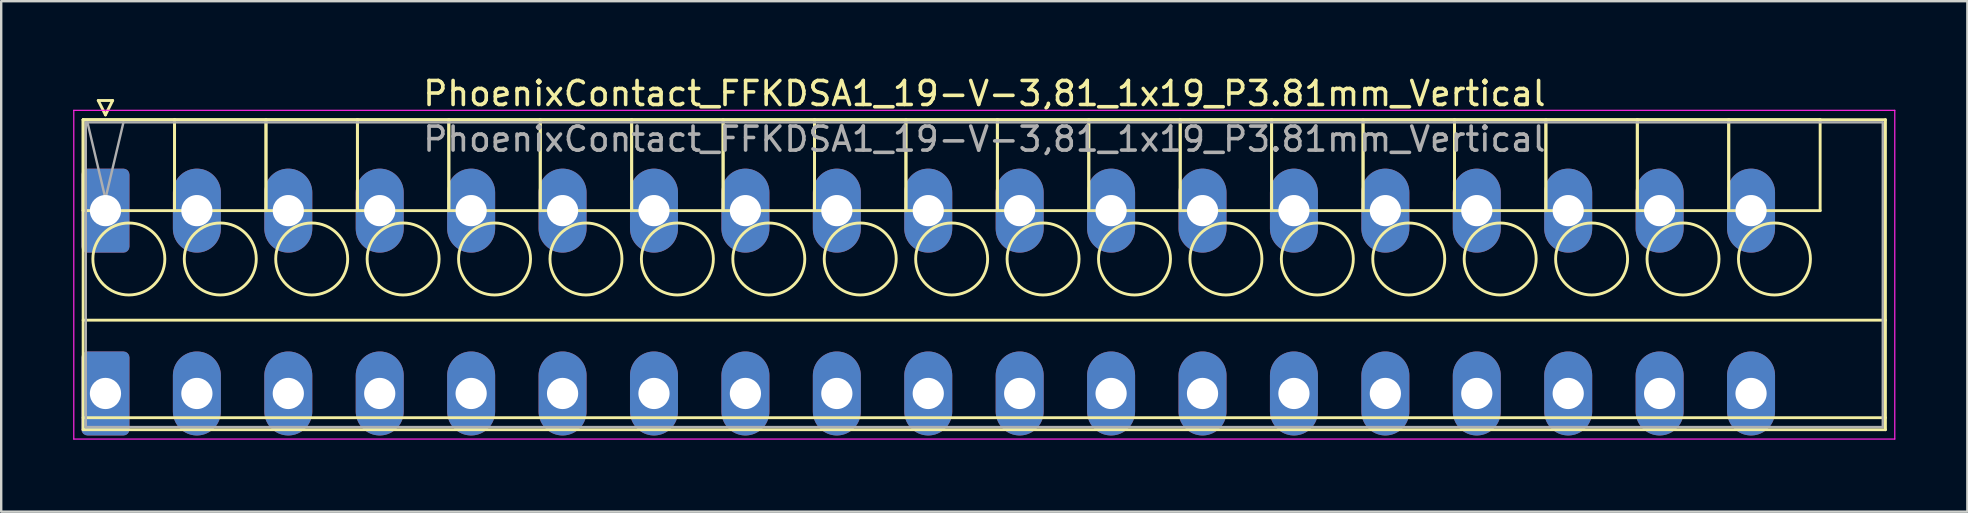
<source format=kicad_pcb>
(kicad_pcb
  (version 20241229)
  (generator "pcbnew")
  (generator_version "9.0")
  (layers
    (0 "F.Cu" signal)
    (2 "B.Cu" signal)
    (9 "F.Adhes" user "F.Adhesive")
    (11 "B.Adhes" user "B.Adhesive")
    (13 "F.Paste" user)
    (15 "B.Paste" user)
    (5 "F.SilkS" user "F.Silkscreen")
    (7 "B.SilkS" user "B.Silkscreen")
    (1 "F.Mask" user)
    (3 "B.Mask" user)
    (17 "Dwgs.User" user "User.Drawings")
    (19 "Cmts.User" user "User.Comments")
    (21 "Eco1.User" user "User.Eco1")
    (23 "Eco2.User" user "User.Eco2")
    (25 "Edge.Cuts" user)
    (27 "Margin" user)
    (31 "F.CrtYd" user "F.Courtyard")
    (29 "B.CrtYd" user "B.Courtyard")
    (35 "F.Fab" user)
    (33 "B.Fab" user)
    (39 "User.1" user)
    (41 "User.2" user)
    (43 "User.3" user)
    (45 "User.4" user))
  (footprint "PhoenixContact_FFKDSA1_19-V-3,81_1x19_P3.81mm_Vertical"
    (layer "F.Cu")
    (at 1.345 5.728)
    (property "Reference" "PhoenixContact_FFKDSA1_19-V-3,81_1x19_P3.81mm_Vertical" (at 36.63 -4.88 0) (layer "F.SilkS") (effects (font (size 1 1) (thickness 0.15))))
    (attr through_hole)
    (fp_line (start -0.93 -3.79) (end -0.93 0) (stroke (width 0.12) (type solid)) (layer "F.SilkS"))
    (fp_line (start -0.93 -3.79) (end -0.93 9.13) (stroke (width 0.12) (type solid)) (layer "F.SilkS"))
    (fp_line (start -0.93 0) (end 2.88 0) (stroke (width 0.12) (type solid)) (layer "F.SilkS"))
    (fp_line (start -0.93 4.565) (end 74.18 4.565) (stroke (width 0.12) (type solid)) (layer "F.SilkS"))
    (fp_line (start -0.93 8.63) (end 74.18 8.63) (stroke (width 0.12) (type solid)) (layer "F.SilkS"))
    (fp_line (start -0.93 9.13) (end 74.18 9.13) (stroke (width 0.12) (type solid)) (layer "F.SilkS"))
    (fp_line (start -0.3 -4.59) (end 0.3 -4.59) (stroke (width 0.12) (type solid)) (layer "F.SilkS"))
    (fp_line (start 0 -3.99) (end -0.3 -4.59) (stroke (width 0.12) (type solid)) (layer "F.SilkS"))
    (fp_line (start 0.3 -4.59) (end 0 -3.99) (stroke (width 0.12) (type solid)) (layer "F.SilkS"))
    (fp_line (start 2.88 -3.79) (end -0.93 -3.79) (stroke (width 0.12) (type solid)) (layer "F.SilkS"))
    (fp_line (start 2.88 -3.79) (end 2.88 0) (stroke (width 0.12) (type solid)) (layer "F.SilkS"))
    (fp_line (start 2.88 0) (end 2.88 -3.79) (stroke (width 0.12) (type solid)) (layer "F.SilkS"))
    (fp_line (start 2.88 0) (end 6.69 0) (stroke (width 0.12) (type solid)) (layer "F.SilkS"))
    (fp_line (start 6.69 -3.79) (end 2.88 -3.79) (stroke (width 0.12) (type solid)) (layer "F.SilkS"))
    (fp_line (start 6.69 -3.79) (end 6.69 0) (stroke (width 0.12) (type solid)) (layer "F.SilkS"))
    (fp_line (start 6.69 0) (end 6.69 -3.79) (stroke (width 0.12) (type solid)) (layer "F.SilkS"))
    (fp_line (start 6.69 0) (end 10.5 0) (stroke (width 0.12) (type solid)) (layer "F.SilkS"))
    (fp_line (start 10.5 -3.79) (end 6.69 -3.79) (stroke (width 0.12) (type solid)) (layer "F.SilkS"))
    (fp_line (start 10.5 -3.79) (end 10.5 0) (stroke (width 0.12) (type solid)) (layer "F.SilkS"))
    (fp_line (start 10.5 0) (end 10.5 -3.79) (stroke (width 0.12) (type solid)) (layer "F.SilkS"))
    (fp_line (start 10.5 0) (end 14.31 0) (stroke (width 0.12) (type solid)) (layer "F.SilkS"))
    (fp_line (start 14.31 -3.79) (end 10.5 -3.79) (stroke (width 0.12) (type solid)) (layer "F.SilkS"))
    (fp_line (start 14.31 -3.79) (end 14.31 0) (stroke (width 0.12) (type solid)) (layer "F.SilkS"))
    (fp_line (start 14.31 0) (end 14.31 -3.79) (stroke (width 0.12) (type solid)) (layer "F.SilkS"))
    (fp_line (start 14.31 0) (end 18.12 0) (stroke (width 0.12) (type solid)) (layer "F.SilkS"))
    (fp_line (start 18.12 -3.79) (end 14.31 -3.79) (stroke (width 0.12) (type solid)) (layer "F.SilkS"))
    (fp_line (start 18.12 -3.79) (end 18.12 0) (stroke (width 0.12) (type solid)) (layer "F.SilkS"))
    (fp_line (start 18.12 0) (end 18.12 -3.79) (stroke (width 0.12) (type solid)) (layer "F.SilkS"))
    (fp_line (start 18.12 0) (end 21.93 0) (stroke (width 0.12) (type solid)) (layer "F.SilkS"))
    (fp_line (start 21.93 -3.79) (end 18.12 -3.79) (stroke (width 0.12) (type solid)) (layer "F.SilkS"))
    (fp_line (start 21.93 -3.79) (end 21.93 0) (stroke (width 0.12) (type solid)) (layer "F.SilkS"))
    (fp_line (start 21.93 0) (end 21.93 -3.79) (stroke (width 0.12) (type solid)) (layer "F.SilkS"))
    (fp_line (start 21.93 0) (end 25.74 0) (stroke (width 0.12) (type solid)) (layer "F.SilkS"))
    (fp_line (start 25.74 -3.79) (end 21.93 -3.79) (stroke (width 0.12) (type solid)) (layer "F.SilkS"))
    (fp_line (start 25.74 -3.79) (end 25.74 0) (stroke (width 0.12) (type solid)) (layer "F.SilkS"))
    (fp_line (start 25.74 0) (end 25.74 -3.79) (stroke (width 0.12) (type solid)) (layer "F.SilkS"))
    (fp_line (start 25.74 0) (end 29.55 0) (stroke (width 0.12) (type solid)) (layer "F.SilkS"))
    (fp_line (start 29.55 -3.79) (end 25.74 -3.79) (stroke (width 0.12) (type solid)) (layer "F.SilkS"))
    (fp_line (start 29.55 -3.79) (end 29.55 0) (stroke (width 0.12) (type solid)) (layer "F.SilkS"))
    (fp_line (start 29.55 0) (end 29.55 -3.79) (stroke (width 0.12) (type solid)) (layer "F.SilkS"))
    (fp_line (start 29.55 0) (end 33.36 0) (stroke (width 0.12) (type solid)) (layer "F.SilkS"))
    (fp_line (start 33.36 -3.79) (end 29.55 -3.79) (stroke (width 0.12) (type solid)) (layer "F.SilkS"))
    (fp_line (start 33.36 -3.79) (end 33.36 0) (stroke (width 0.12) (type solid)) (layer "F.SilkS"))
    (fp_line (start 33.36 0) (end 33.36 -3.79) (stroke (width 0.12) (type solid)) (layer "F.SilkS"))
    (fp_line (start 33.36 0) (end 37.17 0) (stroke (width 0.12) (type solid)) (layer "F.SilkS"))
    (fp_line (start 37.17 -3.79) (end 33.36 -3.79) (stroke (width 0.12) (type solid)) (layer "F.SilkS"))
    (fp_line (start 37.17 -3.79) (end 37.17 0) (stroke (width 0.12) (type solid)) (layer "F.SilkS"))
    (fp_line (start 37.17 0) (end 37.17 -3.79) (stroke (width 0.12) (type solid)) (layer "F.SilkS"))
    (fp_line (start 37.17 0) (end 40.98 0) (stroke (width 0.12) (type solid)) (layer "F.SilkS"))
    (fp_line (start 40.98 -3.79) (end 37.17 -3.79) (stroke (width 0.12) (type solid)) (layer "F.SilkS"))
    (fp_line (start 40.98 -3.79) (end 40.98 0) (stroke (width 0.12) (type solid)) (layer "F.SilkS"))
    (fp_line (start 40.98 0) (end 40.98 -3.79) (stroke (width 0.12) (type solid)) (layer "F.SilkS"))
    (fp_line (start 40.98 0) (end 44.79 0) (stroke (width 0.12) (type solid)) (layer "F.SilkS"))
    (fp_line (start 44.79 -3.79) (end 40.98 -3.79) (stroke (width 0.12) (type solid)) (layer "F.SilkS"))
    (fp_line (start 44.79 -3.79) (end 44.79 0) (stroke (width 0.12) (type solid)) (layer "F.SilkS"))
    (fp_line (start 44.79 0) (end 44.79 -3.79) (stroke (width 0.12) (type solid)) (layer "F.SilkS"))
    (fp_line (start 44.79 0) (end 48.6 0) (stroke (width 0.12) (type solid)) (layer "F.SilkS"))
    (fp_line (start 48.6 -3.79) (end 44.79 -3.79) (stroke (width 0.12) (type solid)) (layer "F.SilkS"))
    (fp_line (start 48.6 -3.79) (end 48.6 0) (stroke (width 0.12) (type solid)) (layer "F.SilkS"))
    (fp_line (start 48.6 0) (end 48.6 -3.79) (stroke (width 0.12) (type solid)) (layer "F.SilkS"))
    (fp_line (start 48.6 0) (end 52.41 0) (stroke (width 0.12) (type solid)) (layer "F.SilkS"))
    (fp_line (start 52.41 -3.79) (end 48.6 -3.79) (stroke (width 0.12) (type solid)) (layer "F.SilkS"))
    (fp_line (start 52.41 -3.79) (end 52.41 0) (stroke (width 0.12) (type solid)) (layer "F.SilkS"))
    (fp_line (start 52.41 0) (end 52.41 -3.79) (stroke (width 0.12) (type solid)) (layer "F.SilkS"))
    (fp_line (start 52.41 0) (end 56.22 0) (stroke (width 0.12) (type solid)) (layer "F.SilkS"))
    (fp_line (start 56.22 -3.79) (end 52.41 -3.79) (stroke (width 0.12) (type solid)) (layer "F.SilkS"))
    (fp_line (start 56.22 -3.79) (end 56.22 0) (stroke (width 0.12) (type solid)) (layer "F.SilkS"))
    (fp_line (start 56.22 0) (end 56.22 -3.79) (stroke (width 0.12) (type solid)) (layer "F.SilkS"))
    (fp_line (start 56.22 0) (end 60.03 0) (stroke (width 0.12) (type solid)) (layer "F.SilkS"))
    (fp_line (start 60.03 -3.79) (end 56.22 -3.79) (stroke (width 0.12) (type solid)) (layer "F.SilkS"))
    (fp_line (start 60.03 -3.79) (end 60.03 0) (stroke (width 0.12) (type solid)) (layer "F.SilkS"))
    (fp_line (start 60.03 0) (end 60.03 -3.79) (stroke (width 0.12) (type solid)) (layer "F.SilkS"))
    (fp_line (start 60.03 0) (end 63.84 0) (stroke (width 0.12) (type solid)) (layer "F.SilkS"))
    (fp_line (start 63.84 -3.79) (end 60.03 -3.79) (stroke (width 0.12) (type solid)) (layer "F.SilkS"))
    (fp_line (start 63.84 -3.79) (end 63.84 0) (stroke (width 0.12) (type solid)) (layer "F.SilkS"))
    (fp_line (start 63.84 0) (end 63.84 -3.79) (stroke (width 0.12) (type solid)) (layer "F.SilkS"))
    (fp_line (start 63.84 0) (end 67.65 0) (stroke (width 0.12) (type solid)) (layer "F.SilkS"))
    (fp_line (start 67.65 -3.79) (end 63.84 -3.79) (stroke (width 0.12) (type solid)) (layer "F.SilkS"))
    (fp_line (start 67.65 -3.79) (end 67.65 0) (stroke (width 0.12) (type solid)) (layer "F.SilkS"))
    (fp_line (start 67.65 0) (end 67.65 -3.79) (stroke (width 0.12) (type solid)) (layer "F.SilkS"))
    (fp_line (start 67.65 0) (end 71.46 0) (stroke (width 0.12) (type solid)) (layer "F.SilkS"))
    (fp_line (start 71.46 -3.79) (end 67.65 -3.79) (stroke (width 0.12) (type solid)) (layer "F.SilkS"))
    (fp_line (start 71.46 0) (end 71.46 -3.79) (stroke (width 0.12) (type solid)) (layer "F.SilkS"))
    (fp_line (start 74.18 -3.79) (end -0.93 -3.79) (stroke (width 0.12) (type solid)) (layer "F.SilkS"))
    (fp_line (start 74.18 9.13) (end 74.18 -3.79) (stroke (width 0.12) (type solid)) (layer "F.SilkS"))
    (fp_circle (center 0.975 2.015) (end 2.475 2.015) (stroke (width 0.12) (type solid)) (fill no) (layer "F.SilkS"))
    (fp_circle (center 4.785 2.015) (end 6.285 2.015) (stroke (width 0.12) (type solid)) (fill no) (layer "F.SilkS"))
    (fp_circle (center 8.595 2.015) (end 10.095 2.015) (stroke (width 0.12) (type solid)) (fill no) (layer "F.SilkS"))
    (fp_circle (center 12.405 2.015) (end 13.905 2.015) (stroke (width 0.12) (type solid)) (fill no) (layer "F.SilkS"))
    (fp_circle (center 16.215 2.015) (end 17.715 2.015) (stroke (width 0.12) (type solid)) (fill no) (layer "F.SilkS"))
    (fp_circle (center 20.025 2.015) (end 21.525 2.015) (stroke (width 0.12) (type solid)) (fill no) (layer "F.SilkS"))
    (fp_circle (center 23.835 2.015) (end 25.335 2.015) (stroke (width 0.12) (type solid)) (fill no) (layer "F.SilkS"))
    (fp_circle (center 27.645 2.015) (end 29.145 2.015) (stroke (width 0.12) (type solid)) (fill no) (layer "F.SilkS"))
    (fp_circle (center 31.455 2.015) (end 32.955 2.015) (stroke (width 0.12) (type solid)) (fill no) (layer "F.SilkS"))
    (fp_circle (center 35.265 2.015) (end 36.765 2.015) (stroke (width 0.12) (type solid)) (fill no) (layer "F.SilkS"))
    (fp_circle (center 39.075 2.015) (end 40.575 2.015) (stroke (width 0.12) (type solid)) (fill no) (layer "F.SilkS"))
    (fp_circle (center 42.885 2.015) (end 44.385 2.015) (stroke (width 0.12) (type solid)) (fill no) (layer "F.SilkS"))
    (fp_circle (center 46.695 2.015) (end 48.195 2.015) (stroke (width 0.12) (type solid)) (fill no) (layer "F.SilkS"))
    (fp_circle (center 50.505 2.015) (end 52.005 2.015) (stroke (width 0.12) (type solid)) (fill no) (layer "F.SilkS"))
    (fp_circle (center 54.315 2.015) (end 55.815 2.015) (stroke (width 0.12) (type solid)) (fill no) (layer "F.SilkS"))
    (fp_circle (center 58.125 2.015) (end 59.625 2.015) (stroke (width 0.12) (type solid)) (fill no) (layer "F.SilkS"))
    (fp_circle (center 61.935 2.015) (end 63.435 2.015) (stroke (width 0.12) (type solid)) (fill no) (layer "F.SilkS"))
    (fp_circle (center 65.745 2.015) (end 67.245 2.015) (stroke (width 0.12) (type solid)) (fill no) (layer "F.SilkS"))
    (fp_circle (center 69.555 2.015) (end 71.055 2.015) (stroke (width 0.12) (type solid)) (fill no) (layer "F.SilkS"))
    (fp_line (start -1.32 -4.18) (end -1.32 9.52) (stroke (width 0.05) (type solid)) (layer "F.CrtYd"))
    (fp_line (start -1.32 9.52) (end 74.57 9.52) (stroke (width 0.05) (type solid)) (layer "F.CrtYd"))
    (fp_line (start 74.57 -4.18) (end -1.32 -4.18) (stroke (width 0.05) (type solid)) (layer "F.CrtYd"))
    (fp_line (start 74.57 9.52) (end 74.57 -4.18) (stroke (width 0.05) (type solid)) (layer "F.CrtYd"))
    (fp_line (start -0.82 -3.68) (end -0.82 9.02) (stroke (width 0.1) (type solid)) (layer "F.Fab"))
    (fp_line (start -0.82 9.02) (end 74.07 9.02) (stroke (width 0.1) (type solid)) (layer "F.Fab"))
    (fp_line (start 0 -0.5) (end -0.75 -3.68) (stroke (width 0.1) (type solid)) (layer "F.Fab"))
    (fp_line (start 0.75 -3.68) (end 0 -0.5) (stroke (width 0.1) (type solid)) (layer "F.Fab"))
    (fp_line (start 74.07 -3.68) (end -0.82 -3.68) (stroke (width 0.1) (type solid)) (layer "F.Fab"))
    (fp_line (start 74.07 9.02) (end 74.07 -3.68) (stroke (width 0.1) (type solid)) (layer "F.Fab"))
    (fp_text user "${REFERENCE}" (at 36.63 -2.98 0) (layer "F.Fab") (effects (font (size 1 1) (thickness 0.15))))
    (pad "1" thru_hole roundrect (at 0 0) (size 2 3.5) (drill 1.3) (layers "*.Cu" "*.Mask") (roundrect_rratio 0.125))
    (pad "1" thru_hole roundrect (at 0 7.62) (size 2 3.5) (drill 1.3) (layers "*.Cu" "*.Mask") (roundrect_rratio 0.125))
    (pad "2" thru_hole oval (at 3.81 0) (size 2 3.5) (drill 1.3) (layers "*.Cu" "*.Mask"))
    (pad "2" thru_hole oval (at 3.81 7.62) (size 2 3.5) (drill 1.3) (layers "*.Cu" "*.Mask"))
    (pad "3" thru_hole oval (at 7.62 0) (size 2 3.5) (drill 1.3) (layers "*.Cu" "*.Mask"))
    (pad "3" thru_hole oval (at 7.62 7.62) (size 2 3.5) (drill 1.3) (layers "*.Cu" "*.Mask"))
    (pad "4" thru_hole oval (at 11.43 0) (size 2 3.5) (drill 1.3) (layers "*.Cu" "*.Mask"))
    (pad "4" thru_hole oval (at 11.43 7.62) (size 2 3.5) (drill 1.3) (layers "*.Cu" "*.Mask"))
    (pad "5" thru_hole oval (at 15.24 0) (size 2 3.5) (drill 1.3) (layers "*.Cu" "*.Mask"))
    (pad "5" thru_hole oval (at 15.24 7.62) (size 2 3.5) (drill 1.3) (layers "*.Cu" "*.Mask"))
    (pad "6" thru_hole oval (at 19.05 0) (size 2 3.5) (drill 1.3) (layers "*.Cu" "*.Mask"))
    (pad "6" thru_hole oval (at 19.05 7.62) (size 2 3.5) (drill 1.3) (layers "*.Cu" "*.Mask"))
    (pad "7" thru_hole oval (at 22.86 0) (size 2 3.5) (drill 1.3) (layers "*.Cu" "*.Mask"))
    (pad "7" thru_hole oval (at 22.86 7.62) (size 2 3.5) (drill 1.3) (layers "*.Cu" "*.Mask"))
    (pad "8" thru_hole oval (at 26.67 0) (size 2 3.5) (drill 1.3) (layers "*.Cu" "*.Mask"))
    (pad "8" thru_hole oval (at 26.67 7.62) (size 2 3.5) (drill 1.3) (layers "*.Cu" "*.Mask"))
    (pad "9" thru_hole oval (at 30.48 0) (size 2 3.5) (drill 1.3) (layers "*.Cu" "*.Mask"))
    (pad "9" thru_hole oval (at 30.48 7.62) (size 2 3.5) (drill 1.3) (layers "*.Cu" "*.Mask"))
    (pad "10" thru_hole oval (at 34.29 0) (size 2 3.5) (drill 1.3) (layers "*.Cu" "*.Mask"))
    (pad "10" thru_hole oval (at 34.29 7.62) (size 2 3.5) (drill 1.3) (layers "*.Cu" "*.Mask"))
    (pad "11" thru_hole oval (at 38.1 0) (size 2 3.5) (drill 1.3) (layers "*.Cu" "*.Mask"))
    (pad "11" thru_hole oval (at 38.1 7.62) (size 2 3.5) (drill 1.3) (layers "*.Cu" "*.Mask"))
    (pad "12" thru_hole oval (at 41.91 0) (size 2 3.5) (drill 1.3) (layers "*.Cu" "*.Mask"))
    (pad "12" thru_hole oval (at 41.91 7.62) (size 2 3.5) (drill 1.3) (layers "*.Cu" "*.Mask"))
    (pad "13" thru_hole oval (at 45.72 0) (size 2 3.5) (drill 1.3) (layers "*.Cu" "*.Mask"))
    (pad "13" thru_hole oval (at 45.72 7.62) (size 2 3.5) (drill 1.3) (layers "*.Cu" "*.Mask"))
    (pad "14" thru_hole oval (at 49.53 0) (size 2 3.5) (drill 1.3) (layers "*.Cu" "*.Mask"))
    (pad "14" thru_hole oval (at 49.53 7.62) (size 2 3.5) (drill 1.3) (layers "*.Cu" "*.Mask"))
    (pad "15" thru_hole oval (at 53.34 0) (size 2 3.5) (drill 1.3) (layers "*.Cu" "*.Mask"))
    (pad "15" thru_hole oval (at 53.34 7.62) (size 2 3.5) (drill 1.3) (layers "*.Cu" "*.Mask"))
    (pad "16" thru_hole oval (at 57.15 0) (size 2 3.5) (drill 1.3) (layers "*.Cu" "*.Mask"))
    (pad "16" thru_hole oval (at 57.15 7.62) (size 2 3.5) (drill 1.3) (layers "*.Cu" "*.Mask"))
    (pad "17" thru_hole oval (at 60.96 0) (size 2 3.5) (drill 1.3) (layers "*.Cu" "*.Mask"))
    (pad "17" thru_hole oval (at 60.96 7.62) (size 2 3.5) (drill 1.3) (layers "*.Cu" "*.Mask"))
    (pad "18" thru_hole oval (at 64.77 0) (size 2 3.5) (drill 1.3) (layers "*.Cu" "*.Mask"))
    (pad "18" thru_hole oval (at 64.77 7.62) (size 2 3.5) (drill 1.3) (layers "*.Cu" "*.Mask"))
    (pad "19" thru_hole oval (at 68.58 0) (size 2 3.5) (drill 1.3) (layers "*.Cu" "*.Mask"))
    (pad "19" thru_hole oval (at 68.58 7.62) (size 2 3.5) (drill 1.3) (layers "*.Cu" "*.Mask")))
  (gr_rect
    (start -3 -3)
    (end 78.94 18.273)
    (stroke (width 0.1) (type default))
    (fill no)
    (layer "Edge.Cuts")))
</source>
